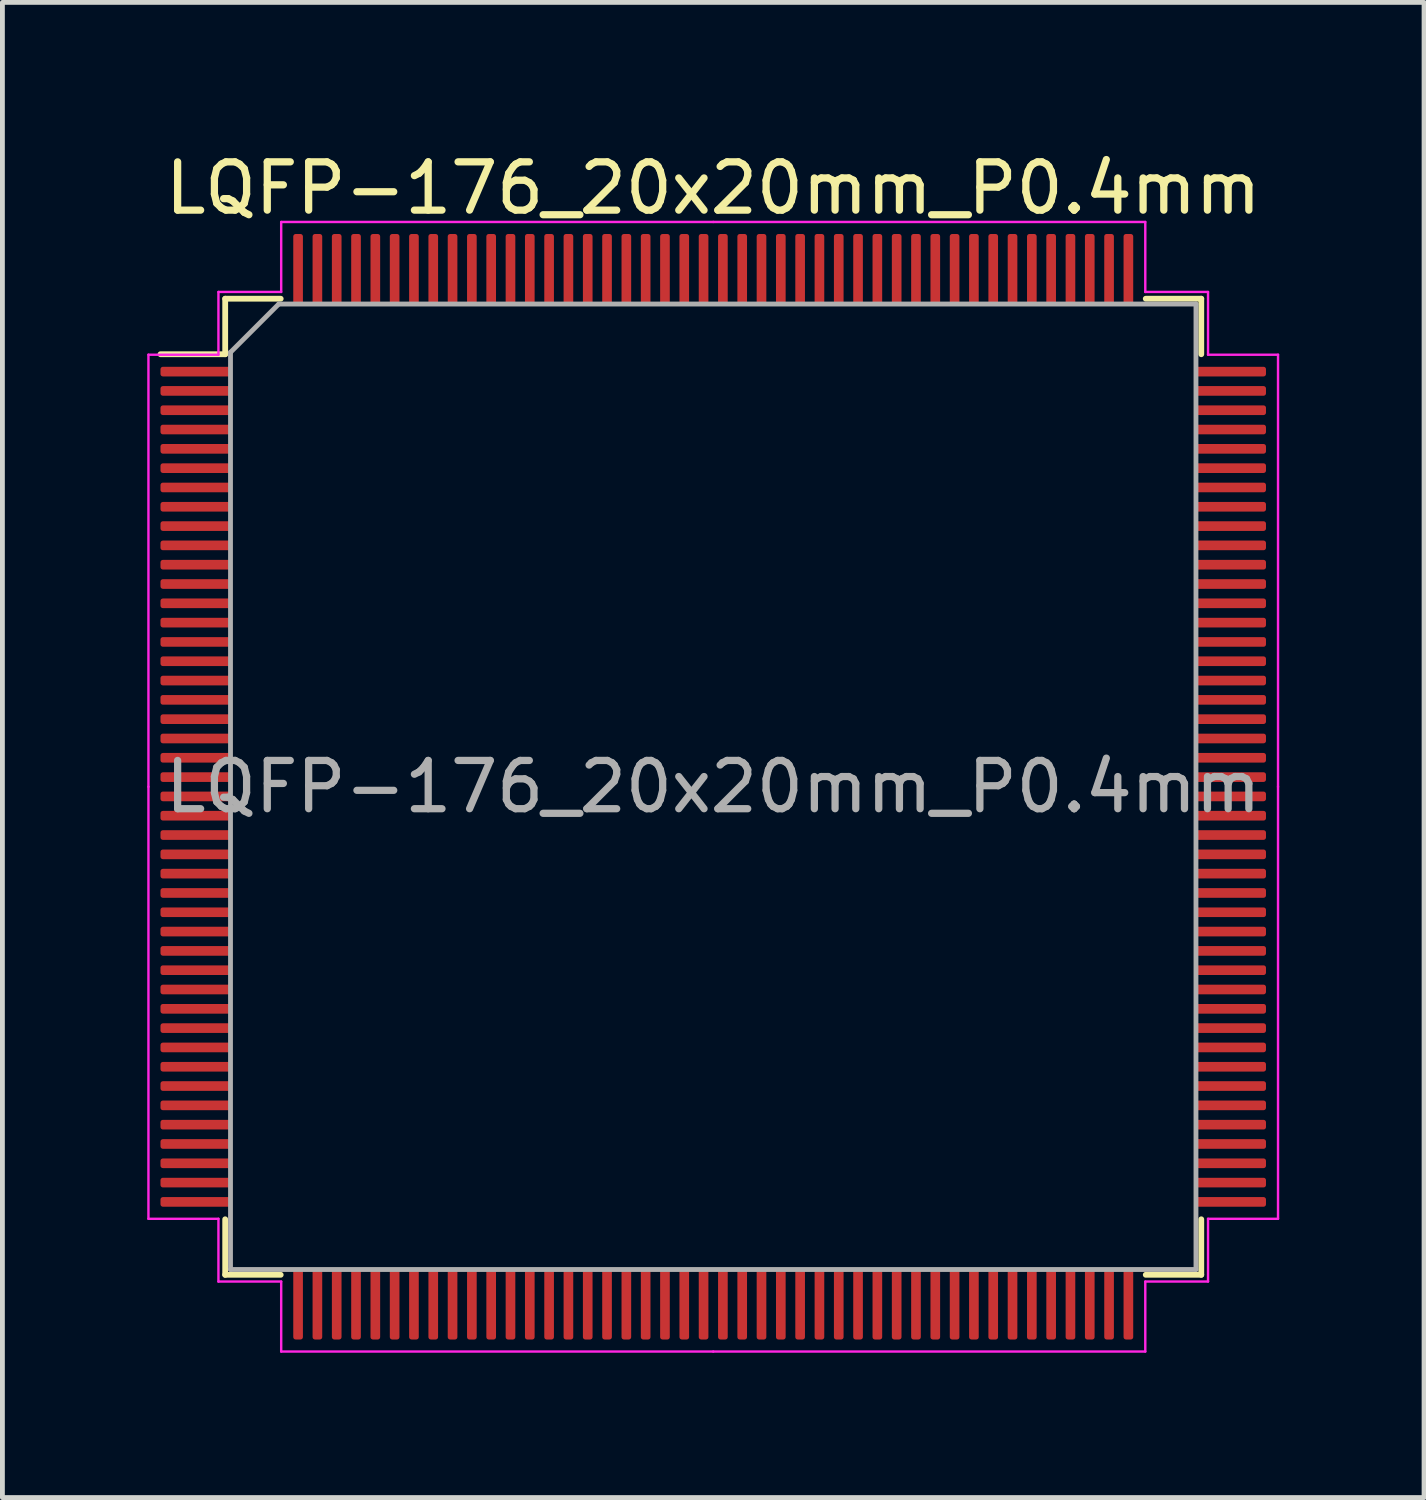
<source format=kicad_pcb>
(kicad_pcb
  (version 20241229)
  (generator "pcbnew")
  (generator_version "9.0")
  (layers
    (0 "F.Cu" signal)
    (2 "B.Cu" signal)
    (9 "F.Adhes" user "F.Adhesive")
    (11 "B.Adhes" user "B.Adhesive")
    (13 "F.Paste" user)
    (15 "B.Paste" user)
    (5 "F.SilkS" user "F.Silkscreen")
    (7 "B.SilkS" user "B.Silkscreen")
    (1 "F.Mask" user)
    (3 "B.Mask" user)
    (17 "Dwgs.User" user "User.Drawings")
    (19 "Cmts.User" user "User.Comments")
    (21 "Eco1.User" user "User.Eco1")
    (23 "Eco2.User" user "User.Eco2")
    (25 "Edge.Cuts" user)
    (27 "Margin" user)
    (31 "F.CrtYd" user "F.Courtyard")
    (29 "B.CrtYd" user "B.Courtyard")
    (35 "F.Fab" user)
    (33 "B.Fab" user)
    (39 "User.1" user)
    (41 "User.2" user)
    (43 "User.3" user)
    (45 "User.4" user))
  (footprint "LQFP-176_20x20mm_P0.4mm"
    (layer "F.Cu")
    (at 11.725 13.248)
    (property "Reference" "LQFP-176_20x20mm_P0.4mm" (at 0 -12.4 0) (layer "F.SilkS") (effects (font (size 1 1) (thickness 0.15))))
    (attr smd)
    (fp_line (start -10.11 -10.11) (end -10.11 -8.96) (stroke (width 0.12) (type solid)) (layer "F.SilkS"))
    (fp_line (start -10.11 -8.96) (end -11.45 -8.96) (stroke (width 0.12) (type solid)) (layer "F.SilkS"))
    (fp_line (start -10.11 10.11) (end -10.11 8.96) (stroke (width 0.12) (type solid)) (layer "F.SilkS"))
    (fp_line (start -8.96 -10.11) (end -10.11 -10.11) (stroke (width 0.12) (type solid)) (layer "F.SilkS"))
    (fp_line (start -8.96 10.11) (end -10.11 10.11) (stroke (width 0.12) (type solid)) (layer "F.SilkS"))
    (fp_line (start 8.96 -10.11) (end 10.11 -10.11) (stroke (width 0.12) (type solid)) (layer "F.SilkS"))
    (fp_line (start 8.96 10.11) (end 10.11 10.11) (stroke (width 0.12) (type solid)) (layer "F.SilkS"))
    (fp_line (start 10.11 -10.11) (end 10.11 -8.96) (stroke (width 0.12) (type solid)) (layer "F.SilkS"))
    (fp_line (start 10.11 10.11) (end 10.11 8.96) (stroke (width 0.12) (type solid)) (layer "F.SilkS"))
    (fp_line (start -11.7 -8.95) (end -11.7 0) (stroke (width 0.05) (type solid)) (layer "F.CrtYd"))
    (fp_line (start -11.7 8.95) (end -11.7 0) (stroke (width 0.05) (type solid)) (layer "F.CrtYd"))
    (fp_line (start -10.25 -10.25) (end -10.25 -8.95) (stroke (width 0.05) (type solid)) (layer "F.CrtYd"))
    (fp_line (start -10.25 -8.95) (end -11.7 -8.95) (stroke (width 0.05) (type solid)) (layer "F.CrtYd"))
    (fp_line (start -10.25 8.95) (end -11.7 8.95) (stroke (width 0.05) (type solid)) (layer "F.CrtYd"))
    (fp_line (start -10.25 10.25) (end -10.25 8.95) (stroke (width 0.05) (type solid)) (layer "F.CrtYd"))
    (fp_line (start -8.95 -11.7) (end -8.95 -10.25) (stroke (width 0.05) (type solid)) (layer "F.CrtYd"))
    (fp_line (start -8.95 -10.25) (end -10.25 -10.25) (stroke (width 0.05) (type solid)) (layer "F.CrtYd"))
    (fp_line (start -8.95 10.25) (end -10.25 10.25) (stroke (width 0.05) (type solid)) (layer "F.CrtYd"))
    (fp_line (start -8.95 11.7) (end -8.95 10.25) (stroke (width 0.05) (type solid)) (layer "F.CrtYd"))
    (fp_line (start 0 -11.7) (end -8.95 -11.7) (stroke (width 0.05) (type solid)) (layer "F.CrtYd"))
    (fp_line (start 0 -11.7) (end 8.95 -11.7) (stroke (width 0.05) (type solid)) (layer "F.CrtYd"))
    (fp_line (start 0 11.7) (end -8.95 11.7) (stroke (width 0.05) (type solid)) (layer "F.CrtYd"))
    (fp_line (start 0 11.7) (end 8.95 11.7) (stroke (width 0.05) (type solid)) (layer "F.CrtYd"))
    (fp_line (start 8.95 -11.7) (end 8.95 -10.25) (stroke (width 0.05) (type solid)) (layer "F.CrtYd"))
    (fp_line (start 8.95 -10.25) (end 10.25 -10.25) (stroke (width 0.05) (type solid)) (layer "F.CrtYd"))
    (fp_line (start 8.95 10.25) (end 10.25 10.25) (stroke (width 0.05) (type solid)) (layer "F.CrtYd"))
    (fp_line (start 8.95 11.7) (end 8.95 10.25) (stroke (width 0.05) (type solid)) (layer "F.CrtYd"))
    (fp_line (start 10.25 -10.25) (end 10.25 -8.95) (stroke (width 0.05) (type solid)) (layer "F.CrtYd"))
    (fp_line (start 10.25 -8.95) (end 11.7 -8.95) (stroke (width 0.05) (type solid)) (layer "F.CrtYd"))
    (fp_line (start 10.25 8.95) (end 11.7 8.95) (stroke (width 0.05) (type solid)) (layer "F.CrtYd"))
    (fp_line (start 10.25 10.25) (end 10.25 8.95) (stroke (width 0.05) (type solid)) (layer "F.CrtYd"))
    (fp_line (start 11.7 -8.95) (end 11.7 0) (stroke (width 0.05) (type solid)) (layer "F.CrtYd"))
    (fp_line (start 11.7 8.95) (end 11.7 0) (stroke (width 0.05) (type solid)) (layer "F.CrtYd"))
    (fp_line (start -10 -9) (end -9 -10) (stroke (width 0.1) (type solid)) (layer "F.Fab"))
    (fp_line (start -10 10) (end -10 -9) (stroke (width 0.1) (type solid)) (layer "F.Fab"))
    (fp_line (start -9 -10) (end 10 -10) (stroke (width 0.1) (type solid)) (layer "F.Fab"))
    (fp_line (start 10 -10) (end 10 10) (stroke (width 0.1) (type solid)) (layer "F.Fab"))
    (fp_line (start 10 10) (end -10 10) (stroke (width 0.1) (type solid)) (layer "F.Fab"))
    (fp_text user "${REFERENCE}" (at 0 0 0) (layer "F.Fab") (effects (font (size 1 1) (thickness 0.15))))
    (pad "1" smd roundrect (at -10.713 -8.6) (size 1.475 0.2) (layers "F.Cu" "F.Mask" "F.Paste") (roundrect_rratio 0.25))
    (pad "2" smd roundrect (at -10.713 -8.2) (size 1.475 0.2) (layers "F.Cu" "F.Mask" "F.Paste") (roundrect_rratio 0.25))
    (pad "3" smd roundrect (at -10.713 -7.8) (size 1.475 0.2) (layers "F.Cu" "F.Mask" "F.Paste") (roundrect_rratio 0.25))
    (pad "4" smd roundrect (at -10.713 -7.4) (size 1.475 0.2) (layers "F.Cu" "F.Mask" "F.Paste") (roundrect_rratio 0.25))
    (pad "5" smd roundrect (at -10.713 -7) (size 1.475 0.2) (layers "F.Cu" "F.Mask" "F.Paste") (roundrect_rratio 0.25))
    (pad "6" smd roundrect (at -10.713 -6.6) (size 1.475 0.2) (layers "F.Cu" "F.Mask" "F.Paste") (roundrect_rratio 0.25))
    (pad "7" smd roundrect (at -10.713 -6.2) (size 1.475 0.2) (layers "F.Cu" "F.Mask" "F.Paste") (roundrect_rratio 0.25))
    (pad "8" smd roundrect (at -10.713 -5.8) (size 1.475 0.2) (layers "F.Cu" "F.Mask" "F.Paste") (roundrect_rratio 0.25))
    (pad "9" smd roundrect (at -10.713 -5.4) (size 1.475 0.2) (layers "F.Cu" "F.Mask" "F.Paste") (roundrect_rratio 0.25))
    (pad "10" smd roundrect (at -10.713 -5) (size 1.475 0.2) (layers "F.Cu" "F.Mask" "F.Paste") (roundrect_rratio 0.25))
    (pad "11" smd roundrect (at -10.713 -4.6) (size 1.475 0.2) (layers "F.Cu" "F.Mask" "F.Paste") (roundrect_rratio 0.25))
    (pad "12" smd roundrect (at -10.713 -4.2) (size 1.475 0.2) (layers "F.Cu" "F.Mask" "F.Paste") (roundrect_rratio 0.25))
    (pad "13" smd roundrect (at -10.713 -3.8) (size 1.475 0.2) (layers "F.Cu" "F.Mask" "F.Paste") (roundrect_rratio 0.25))
    (pad "14" smd roundrect (at -10.713 -3.4) (size 1.475 0.2) (layers "F.Cu" "F.Mask" "F.Paste") (roundrect_rratio 0.25))
    (pad "15" smd roundrect (at -10.713 -3) (size 1.475 0.2) (layers "F.Cu" "F.Mask" "F.Paste") (roundrect_rratio 0.25))
    (pad "16" smd roundrect (at -10.713 -2.6) (size 1.475 0.2) (layers "F.Cu" "F.Mask" "F.Paste") (roundrect_rratio 0.25))
    (pad "17" smd roundrect (at -10.713 -2.2) (size 1.475 0.2) (layers "F.Cu" "F.Mask" "F.Paste") (roundrect_rratio 0.25))
    (pad "18" smd roundrect (at -10.713 -1.8) (size 1.475 0.2) (layers "F.Cu" "F.Mask" "F.Paste") (roundrect_rratio 0.25))
    (pad "19" smd roundrect (at -10.713 -1.4) (size 1.475 0.2) (layers "F.Cu" "F.Mask" "F.Paste") (roundrect_rratio 0.25))
    (pad "20" smd roundrect (at -10.713 -1) (size 1.475 0.2) (layers "F.Cu" "F.Mask" "F.Paste") (roundrect_rratio 0.25))
    (pad "21" smd roundrect (at -10.713 -0.6) (size 1.475 0.2) (layers "F.Cu" "F.Mask" "F.Paste") (roundrect_rratio 0.25))
    (pad "22" smd roundrect (at -10.713 -0.2) (size 1.475 0.2) (layers "F.Cu" "F.Mask" "F.Paste") (roundrect_rratio 0.25))
    (pad "23" smd roundrect (at -10.713 0.2) (size 1.475 0.2) (layers "F.Cu" "F.Mask" "F.Paste") (roundrect_rratio 0.25))
    (pad "24" smd roundrect (at -10.713 0.6) (size 1.475 0.2) (layers "F.Cu" "F.Mask" "F.Paste") (roundrect_rratio 0.25))
    (pad "25" smd roundrect (at -10.713 1) (size 1.475 0.2) (layers "F.Cu" "F.Mask" "F.Paste") (roundrect_rratio 0.25))
    (pad "26" smd roundrect (at -10.713 1.4) (size 1.475 0.2) (layers "F.Cu" "F.Mask" "F.Paste") (roundrect_rratio 0.25))
    (pad "27" smd roundrect (at -10.713 1.8) (size 1.475 0.2) (layers "F.Cu" "F.Mask" "F.Paste") (roundrect_rratio 0.25))
    (pad "28" smd roundrect (at -10.713 2.2) (size 1.475 0.2) (layers "F.Cu" "F.Mask" "F.Paste") (roundrect_rratio 0.25))
    (pad "29" smd roundrect (at -10.713 2.6) (size 1.475 0.2) (layers "F.Cu" "F.Mask" "F.Paste") (roundrect_rratio 0.25))
    (pad "30" smd roundrect (at -10.713 3) (size 1.475 0.2) (layers "F.Cu" "F.Mask" "F.Paste") (roundrect_rratio 0.25))
    (pad "31" smd roundrect (at -10.713 3.4) (size 1.475 0.2) (layers "F.Cu" "F.Mask" "F.Paste") (roundrect_rratio 0.25))
    (pad "32" smd roundrect (at -10.713 3.8) (size 1.475 0.2) (layers "F.Cu" "F.Mask" "F.Paste") (roundrect_rratio 0.25))
    (pad "33" smd roundrect (at -10.713 4.2) (size 1.475 0.2) (layers "F.Cu" "F.Mask" "F.Paste") (roundrect_rratio 0.25))
    (pad "34" smd roundrect (at -10.713 4.6) (size 1.475 0.2) (layers "F.Cu" "F.Mask" "F.Paste") (roundrect_rratio 0.25))
    (pad "35" smd roundrect (at -10.713 5) (size 1.475 0.2) (layers "F.Cu" "F.Mask" "F.Paste") (roundrect_rratio 0.25))
    (pad "36" smd roundrect (at -10.713 5.4) (size 1.475 0.2) (layers "F.Cu" "F.Mask" "F.Paste") (roundrect_rratio 0.25))
    (pad "37" smd roundrect (at -10.713 5.8) (size 1.475 0.2) (layers "F.Cu" "F.Mask" "F.Paste") (roundrect_rratio 0.25))
    (pad "38" smd roundrect (at -10.713 6.2) (size 1.475 0.2) (layers "F.Cu" "F.Mask" "F.Paste") (roundrect_rratio 0.25))
    (pad "39" smd roundrect (at -10.713 6.6) (size 1.475 0.2) (layers "F.Cu" "F.Mask" "F.Paste") (roundrect_rratio 0.25))
    (pad "40" smd roundrect (at -10.713 7) (size 1.475 0.2) (layers "F.Cu" "F.Mask" "F.Paste") (roundrect_rratio 0.25))
    (pad "41" smd roundrect (at -10.713 7.4) (size 1.475 0.2) (layers "F.Cu" "F.Mask" "F.Paste") (roundrect_rratio 0.25))
    (pad "42" smd roundrect (at -10.713 7.8) (size 1.475 0.2) (layers "F.Cu" "F.Mask" "F.Paste") (roundrect_rratio 0.25))
    (pad "43" smd roundrect (at -10.713 8.2) (size 1.475 0.2) (layers "F.Cu" "F.Mask" "F.Paste") (roundrect_rratio 0.25))
    (pad "44" smd roundrect (at -10.713 8.6) (size 1.475 0.2) (layers "F.Cu" "F.Mask" "F.Paste") (roundrect_rratio 0.25))
    (pad "45" smd roundrect (at -8.6 10.713) (size 0.2 1.475) (layers "F.Cu" "F.Mask" "F.Paste") (roundrect_rratio 0.25))
    (pad "46" smd roundrect (at -8.2 10.713) (size 0.2 1.475) (layers "F.Cu" "F.Mask" "F.Paste") (roundrect_rratio 0.25))
    (pad "47" smd roundrect (at -7.8 10.713) (size 0.2 1.475) (layers "F.Cu" "F.Mask" "F.Paste") (roundrect_rratio 0.25))
    (pad "48" smd roundrect (at -7.4 10.713) (size 0.2 1.475) (layers "F.Cu" "F.Mask" "F.Paste") (roundrect_rratio 0.25))
    (pad "49" smd roundrect (at -7 10.713) (size 0.2 1.475) (layers "F.Cu" "F.Mask" "F.Paste") (roundrect_rratio 0.25))
    (pad "50" smd roundrect (at -6.6 10.713) (size 0.2 1.475) (layers "F.Cu" "F.Mask" "F.Paste") (roundrect_rratio 0.25))
    (pad "51" smd roundrect (at -6.2 10.713) (size 0.2 1.475) (layers "F.Cu" "F.Mask" "F.Paste") (roundrect_rratio 0.25))
    (pad "52" smd roundrect (at -5.8 10.713) (size 0.2 1.475) (layers "F.Cu" "F.Mask" "F.Paste") (roundrect_rratio 0.25))
    (pad "53" smd roundrect (at -5.4 10.713) (size 0.2 1.475) (layers "F.Cu" "F.Mask" "F.Paste") (roundrect_rratio 0.25))
    (pad "54" smd roundrect (at -5 10.713) (size 0.2 1.475) (layers "F.Cu" "F.Mask" "F.Paste") (roundrect_rratio 0.25))
    (pad "55" smd roundrect (at -4.6 10.713) (size 0.2 1.475) (layers "F.Cu" "F.Mask" "F.Paste") (roundrect_rratio 0.25))
    (pad "56" smd roundrect (at -4.2 10.713) (size 0.2 1.475) (layers "F.Cu" "F.Mask" "F.Paste") (roundrect_rratio 0.25))
    (pad "57" smd roundrect (at -3.8 10.713) (size 0.2 1.475) (layers "F.Cu" "F.Mask" "F.Paste") (roundrect_rratio 0.25))
    (pad "58" smd roundrect (at -3.4 10.713) (size 0.2 1.475) (layers "F.Cu" "F.Mask" "F.Paste") (roundrect_rratio 0.25))
    (pad "59" smd roundrect (at -3 10.713) (size 0.2 1.475) (layers "F.Cu" "F.Mask" "F.Paste") (roundrect_rratio 0.25))
    (pad "60" smd roundrect (at -2.6 10.713) (size 0.2 1.475) (layers "F.Cu" "F.Mask" "F.Paste") (roundrect_rratio 0.25))
    (pad "61" smd roundrect (at -2.2 10.713) (size 0.2 1.475) (layers "F.Cu" "F.Mask" "F.Paste") (roundrect_rratio 0.25))
    (pad "62" smd roundrect (at -1.8 10.713) (size 0.2 1.475) (layers "F.Cu" "F.Mask" "F.Paste") (roundrect_rratio 0.25))
    (pad "63" smd roundrect (at -1.4 10.713) (size 0.2 1.475) (layers "F.Cu" "F.Mask" "F.Paste") (roundrect_rratio 0.25))
    (pad "64" smd roundrect (at -1 10.713) (size 0.2 1.475) (layers "F.Cu" "F.Mask" "F.Paste") (roundrect_rratio 0.25))
    (pad "65" smd roundrect (at -0.6 10.713) (size 0.2 1.475) (layers "F.Cu" "F.Mask" "F.Paste") (roundrect_rratio 0.25))
    (pad "66" smd roundrect (at -0.2 10.713) (size 0.2 1.475) (layers "F.Cu" "F.Mask" "F.Paste") (roundrect_rratio 0.25))
    (pad "67" smd roundrect (at 0.2 10.713) (size 0.2 1.475) (layers "F.Cu" "F.Mask" "F.Paste") (roundrect_rratio 0.25))
    (pad "68" smd roundrect (at 0.6 10.713) (size 0.2 1.475) (layers "F.Cu" "F.Mask" "F.Paste") (roundrect_rratio 0.25))
    (pad "69" smd roundrect (at 1 10.713) (size 0.2 1.475) (layers "F.Cu" "F.Mask" "F.Paste") (roundrect_rratio 0.25))
    (pad "70" smd roundrect (at 1.4 10.713) (size 0.2 1.475) (layers "F.Cu" "F.Mask" "F.Paste") (roundrect_rratio 0.25))
    (pad "71" smd roundrect (at 1.8 10.713) (size 0.2 1.475) (layers "F.Cu" "F.Mask" "F.Paste") (roundrect_rratio 0.25))
    (pad "72" smd roundrect (at 2.2 10.713) (size 0.2 1.475) (layers "F.Cu" "F.Mask" "F.Paste") (roundrect_rratio 0.25))
    (pad "73" smd roundrect (at 2.6 10.713) (size 0.2 1.475) (layers "F.Cu" "F.Mask" "F.Paste") (roundrect_rratio 0.25))
    (pad "74" smd roundrect (at 3 10.713) (size 0.2 1.475) (layers "F.Cu" "F.Mask" "F.Paste") (roundrect_rratio 0.25))
    (pad "75" smd roundrect (at 3.4 10.713) (size 0.2 1.475) (layers "F.Cu" "F.Mask" "F.Paste") (roundrect_rratio 0.25))
    (pad "76" smd roundrect (at 3.8 10.713) (size 0.2 1.475) (layers "F.Cu" "F.Mask" "F.Paste") (roundrect_rratio 0.25))
    (pad "77" smd roundrect (at 4.2 10.713) (size 0.2 1.475) (layers "F.Cu" "F.Mask" "F.Paste") (roundrect_rratio 0.25))
    (pad "78" smd roundrect (at 4.6 10.713) (size 0.2 1.475) (layers "F.Cu" "F.Mask" "F.Paste") (roundrect_rratio 0.25))
    (pad "79" smd roundrect (at 5 10.713) (size 0.2 1.475) (layers "F.Cu" "F.Mask" "F.Paste") (roundrect_rratio 0.25))
    (pad "80" smd roundrect (at 5.4 10.713) (size 0.2 1.475) (layers "F.Cu" "F.Mask" "F.Paste") (roundrect_rratio 0.25))
    (pad "81" smd roundrect (at 5.8 10.713) (size 0.2 1.475) (layers "F.Cu" "F.Mask" "F.Paste") (roundrect_rratio 0.25))
    (pad "82" smd roundrect (at 6.2 10.713) (size 0.2 1.475) (layers "F.Cu" "F.Mask" "F.Paste") (roundrect_rratio 0.25))
    (pad "83" smd roundrect (at 6.6 10.713) (size 0.2 1.475) (layers "F.Cu" "F.Mask" "F.Paste") (roundrect_rratio 0.25))
    (pad "84" smd roundrect (at 7 10.713) (size 0.2 1.475) (layers "F.Cu" "F.Mask" "F.Paste") (roundrect_rratio 0.25))
    (pad "85" smd roundrect (at 7.4 10.713) (size 0.2 1.475) (layers "F.Cu" "F.Mask" "F.Paste") (roundrect_rratio 0.25))
    (pad "86" smd roundrect (at 7.8 10.713) (size 0.2 1.475) (layers "F.Cu" "F.Mask" "F.Paste") (roundrect_rratio 0.25))
    (pad "87" smd roundrect (at 8.2 10.713) (size 0.2 1.475) (layers "F.Cu" "F.Mask" "F.Paste") (roundrect_rratio 0.25))
    (pad "88" smd roundrect (at 8.6 10.713) (size 0.2 1.475) (layers "F.Cu" "F.Mask" "F.Paste") (roundrect_rratio 0.25))
    (pad "89" smd roundrect (at 10.713 8.6) (size 1.475 0.2) (layers "F.Cu" "F.Mask" "F.Paste") (roundrect_rratio 0.25))
    (pad "90" smd roundrect (at 10.713 8.2) (size 1.475 0.2) (layers "F.Cu" "F.Mask" "F.Paste") (roundrect_rratio 0.25))
    (pad "91" smd roundrect (at 10.713 7.8) (size 1.475 0.2) (layers "F.Cu" "F.Mask" "F.Paste") (roundrect_rratio 0.25))
    (pad "92" smd roundrect (at 10.713 7.4) (size 1.475 0.2) (layers "F.Cu" "F.Mask" "F.Paste") (roundrect_rratio 0.25))
    (pad "93" smd roundrect (at 10.713 7) (size 1.475 0.2) (layers "F.Cu" "F.Mask" "F.Paste") (roundrect_rratio 0.25))
    (pad "94" smd roundrect (at 10.713 6.6) (size 1.475 0.2) (layers "F.Cu" "F.Mask" "F.Paste") (roundrect_rratio 0.25))
    (pad "95" smd roundrect (at 10.713 6.2) (size 1.475 0.2) (layers "F.Cu" "F.Mask" "F.Paste") (roundrect_rratio 0.25))
    (pad "96" smd roundrect (at 10.713 5.8) (size 1.475 0.2) (layers "F.Cu" "F.Mask" "F.Paste") (roundrect_rratio 0.25))
    (pad "97" smd roundrect (at 10.713 5.4) (size 1.475 0.2) (layers "F.Cu" "F.Mask" "F.Paste") (roundrect_rratio 0.25))
    (pad "98" smd roundrect (at 10.713 5) (size 1.475 0.2) (layers "F.Cu" "F.Mask" "F.Paste") (roundrect_rratio 0.25))
    (pad "99" smd roundrect (at 10.713 4.6) (size 1.475 0.2) (layers "F.Cu" "F.Mask" "F.Paste") (roundrect_rratio 0.25))
    (pad "100" smd roundrect (at 10.713 4.2) (size 1.475 0.2) (layers "F.Cu" "F.Mask" "F.Paste") (roundrect_rratio 0.25))
    (pad "101" smd roundrect (at 10.713 3.8) (size 1.475 0.2) (layers "F.Cu" "F.Mask" "F.Paste") (roundrect_rratio 0.25))
    (pad "102" smd roundrect (at 10.713 3.4) (size 1.475 0.2) (layers "F.Cu" "F.Mask" "F.Paste") (roundrect_rratio 0.25))
    (pad "103" smd roundrect (at 10.713 3) (size 1.475 0.2) (layers "F.Cu" "F.Mask" "F.Paste") (roundrect_rratio 0.25))
    (pad "104" smd roundrect (at 10.713 2.6) (size 1.475 0.2) (layers "F.Cu" "F.Mask" "F.Paste") (roundrect_rratio 0.25))
    (pad "105" smd roundrect (at 10.713 2.2) (size 1.475 0.2) (layers "F.Cu" "F.Mask" "F.Paste") (roundrect_rratio 0.25))
    (pad "106" smd roundrect (at 10.713 1.8) (size 1.475 0.2) (layers "F.Cu" "F.Mask" "F.Paste") (roundrect_rratio 0.25))
    (pad "107" smd roundrect (at 10.713 1.4) (size 1.475 0.2) (layers "F.Cu" "F.Mask" "F.Paste") (roundrect_rratio 0.25))
    (pad "108" smd roundrect (at 10.713 1) (size 1.475 0.2) (layers "F.Cu" "F.Mask" "F.Paste") (roundrect_rratio 0.25))
    (pad "109" smd roundrect (at 10.713 0.6) (size 1.475 0.2) (layers "F.Cu" "F.Mask" "F.Paste") (roundrect_rratio 0.25))
    (pad "110" smd roundrect (at 10.713 0.2) (size 1.475 0.2) (layers "F.Cu" "F.Mask" "F.Paste") (roundrect_rratio 0.25))
    (pad "111" smd roundrect (at 10.713 -0.2) (size 1.475 0.2) (layers "F.Cu" "F.Mask" "F.Paste") (roundrect_rratio 0.25))
    (pad "112" smd roundrect (at 10.713 -0.6) (size 1.475 0.2) (layers "F.Cu" "F.Mask" "F.Paste") (roundrect_rratio 0.25))
    (pad "113" smd roundrect (at 10.713 -1) (size 1.475 0.2) (layers "F.Cu" "F.Mask" "F.Paste") (roundrect_rratio 0.25))
    (pad "114" smd roundrect (at 10.713 -1.4) (size 1.475 0.2) (layers "F.Cu" "F.Mask" "F.Paste") (roundrect_rratio 0.25))
    (pad "115" smd roundrect (at 10.713 -1.8) (size 1.475 0.2) (layers "F.Cu" "F.Mask" "F.Paste") (roundrect_rratio 0.25))
    (pad "116" smd roundrect (at 10.713 -2.2) (size 1.475 0.2) (layers "F.Cu" "F.Mask" "F.Paste") (roundrect_rratio 0.25))
    (pad "117" smd roundrect (at 10.713 -2.6) (size 1.475 0.2) (layers "F.Cu" "F.Mask" "F.Paste") (roundrect_rratio 0.25))
    (pad "118" smd roundrect (at 10.713 -3) (size 1.475 0.2) (layers "F.Cu" "F.Mask" "F.Paste") (roundrect_rratio 0.25))
    (pad "119" smd roundrect (at 10.713 -3.4) (size 1.475 0.2) (layers "F.Cu" "F.Mask" "F.Paste") (roundrect_rratio 0.25))
    (pad "120" smd roundrect (at 10.713 -3.8) (size 1.475 0.2) (layers "F.Cu" "F.Mask" "F.Paste") (roundrect_rratio 0.25))
    (pad "121" smd roundrect (at 10.713 -4.2) (size 1.475 0.2) (layers "F.Cu" "F.Mask" "F.Paste") (roundrect_rratio 0.25))
    (pad "122" smd roundrect (at 10.713 -4.6) (size 1.475 0.2) (layers "F.Cu" "F.Mask" "F.Paste") (roundrect_rratio 0.25))
    (pad "123" smd roundrect (at 10.713 -5) (size 1.475 0.2) (layers "F.Cu" "F.Mask" "F.Paste") (roundrect_rratio 0.25))
    (pad "124" smd roundrect (at 10.713 -5.4) (size 1.475 0.2) (layers "F.Cu" "F.Mask" "F.Paste") (roundrect_rratio 0.25))
    (pad "125" smd roundrect (at 10.713 -5.8) (size 1.475 0.2) (layers "F.Cu" "F.Mask" "F.Paste") (roundrect_rratio 0.25))
    (pad "126" smd roundrect (at 10.713 -6.2) (size 1.475 0.2) (layers "F.Cu" "F.Mask" "F.Paste") (roundrect_rratio 0.25))
    (pad "127" smd roundrect (at 10.713 -6.6) (size 1.475 0.2) (layers "F.Cu" "F.Mask" "F.Paste") (roundrect_rratio 0.25))
    (pad "128" smd roundrect (at 10.713 -7) (size 1.475 0.2) (layers "F.Cu" "F.Mask" "F.Paste") (roundrect_rratio 0.25))
    (pad "129" smd roundrect (at 10.713 -7.4) (size 1.475 0.2) (layers "F.Cu" "F.Mask" "F.Paste") (roundrect_rratio 0.25))
    (pad "130" smd roundrect (at 10.713 -7.8) (size 1.475 0.2) (layers "F.Cu" "F.Mask" "F.Paste") (roundrect_rratio 0.25))
    (pad "131" smd roundrect (at 10.713 -8.2) (size 1.475 0.2) (layers "F.Cu" "F.Mask" "F.Paste") (roundrect_rratio 0.25))
    (pad "132" smd roundrect (at 10.713 -8.6) (size 1.475 0.2) (layers "F.Cu" "F.Mask" "F.Paste") (roundrect_rratio 0.25))
    (pad "133" smd roundrect (at 8.6 -10.713) (size 0.2 1.475) (layers "F.Cu" "F.Mask" "F.Paste") (roundrect_rratio 0.25))
    (pad "134" smd roundrect (at 8.2 -10.713) (size 0.2 1.475) (layers "F.Cu" "F.Mask" "F.Paste") (roundrect_rratio 0.25))
    (pad "135" smd roundrect (at 7.8 -10.713) (size 0.2 1.475) (layers "F.Cu" "F.Mask" "F.Paste") (roundrect_rratio 0.25))
    (pad "136" smd roundrect (at 7.4 -10.713) (size 0.2 1.475) (layers "F.Cu" "F.Mask" "F.Paste") (roundrect_rratio 0.25))
    (pad "137" smd roundrect (at 7 -10.713) (size 0.2 1.475) (layers "F.Cu" "F.Mask" "F.Paste") (roundrect_rratio 0.25))
    (pad "138" smd roundrect (at 6.6 -10.713) (size 0.2 1.475) (layers "F.Cu" "F.Mask" "F.Paste") (roundrect_rratio 0.25))
    (pad "139" smd roundrect (at 6.2 -10.713) (size 0.2 1.475) (layers "F.Cu" "F.Mask" "F.Paste") (roundrect_rratio 0.25))
    (pad "140" smd roundrect (at 5.8 -10.713) (size 0.2 1.475) (layers "F.Cu" "F.Mask" "F.Paste") (roundrect_rratio 0.25))
    (pad "141" smd roundrect (at 5.4 -10.713) (size 0.2 1.475) (layers "F.Cu" "F.Mask" "F.Paste") (roundrect_rratio 0.25))
    (pad "142" smd roundrect (at 5 -10.713) (size 0.2 1.475) (layers "F.Cu" "F.Mask" "F.Paste") (roundrect_rratio 0.25))
    (pad "143" smd roundrect (at 4.6 -10.713) (size 0.2 1.475) (layers "F.Cu" "F.Mask" "F.Paste") (roundrect_rratio 0.25))
    (pad "144" smd roundrect (at 4.2 -10.713) (size 0.2 1.475) (layers "F.Cu" "F.Mask" "F.Paste") (roundrect_rratio 0.25))
    (pad "145" smd roundrect (at 3.8 -10.713) (size 0.2 1.475) (layers "F.Cu" "F.Mask" "F.Paste") (roundrect_rratio 0.25))
    (pad "146" smd roundrect (at 3.4 -10.713) (size 0.2 1.475) (layers "F.Cu" "F.Mask" "F.Paste") (roundrect_rratio 0.25))
    (pad "147" smd roundrect (at 3 -10.713) (size 0.2 1.475) (layers "F.Cu" "F.Mask" "F.Paste") (roundrect_rratio 0.25))
    (pad "148" smd roundrect (at 2.6 -10.713) (size 0.2 1.475) (layers "F.Cu" "F.Mask" "F.Paste") (roundrect_rratio 0.25))
    (pad "149" smd roundrect (at 2.2 -10.713) (size 0.2 1.475) (layers "F.Cu" "F.Mask" "F.Paste") (roundrect_rratio 0.25))
    (pad "150" smd roundrect (at 1.8 -10.713) (size 0.2 1.475) (layers "F.Cu" "F.Mask" "F.Paste") (roundrect_rratio 0.25))
    (pad "151" smd roundrect (at 1.4 -10.713) (size 0.2 1.475) (layers "F.Cu" "F.Mask" "F.Paste") (roundrect_rratio 0.25))
    (pad "152" smd roundrect (at 1 -10.713) (size 0.2 1.475) (layers "F.Cu" "F.Mask" "F.Paste") (roundrect_rratio 0.25))
    (pad "153" smd roundrect (at 0.6 -10.713) (size 0.2 1.475) (layers "F.Cu" "F.Mask" "F.Paste") (roundrect_rratio 0.25))
    (pad "154" smd roundrect (at 0.2 -10.713) (size 0.2 1.475) (layers "F.Cu" "F.Mask" "F.Paste") (roundrect_rratio 0.25))
    (pad "155" smd roundrect (at -0.2 -10.713) (size 0.2 1.475) (layers "F.Cu" "F.Mask" "F.Paste") (roundrect_rratio 0.25))
    (pad "156" smd roundrect (at -0.6 -10.713) (size 0.2 1.475) (layers "F.Cu" "F.Mask" "F.Paste") (roundrect_rratio 0.25))
    (pad "157" smd roundrect (at -1 -10.713) (size 0.2 1.475) (layers "F.Cu" "F.Mask" "F.Paste") (roundrect_rratio 0.25))
    (pad "158" smd roundrect (at -1.4 -10.713) (size 0.2 1.475) (layers "F.Cu" "F.Mask" "F.Paste") (roundrect_rratio 0.25))
    (pad "159" smd roundrect (at -1.8 -10.713) (size 0.2 1.475) (layers "F.Cu" "F.Mask" "F.Paste") (roundrect_rratio 0.25))
    (pad "160" smd roundrect (at -2.2 -10.713) (size 0.2 1.475) (layers "F.Cu" "F.Mask" "F.Paste") (roundrect_rratio 0.25))
    (pad "161" smd roundrect (at -2.6 -10.713) (size 0.2 1.475) (layers "F.Cu" "F.Mask" "F.Paste") (roundrect_rratio 0.25))
    (pad "162" smd roundrect (at -3 -10.713) (size 0.2 1.475) (layers "F.Cu" "F.Mask" "F.Paste") (roundrect_rratio 0.25))
    (pad "163" smd roundrect (at -3.4 -10.713) (size 0.2 1.475) (layers "F.Cu" "F.Mask" "F.Paste") (roundrect_rratio 0.25))
    (pad "164" smd roundrect (at -3.8 -10.713) (size 0.2 1.475) (layers "F.Cu" "F.Mask" "F.Paste") (roundrect_rratio 0.25))
    (pad "165" smd roundrect (at -4.2 -10.713) (size 0.2 1.475) (layers "F.Cu" "F.Mask" "F.Paste") (roundrect_rratio 0.25))
    (pad "166" smd roundrect (at -4.6 -10.713) (size 0.2 1.475) (layers "F.Cu" "F.Mask" "F.Paste") (roundrect_rratio 0.25))
    (pad "167" smd roundrect (at -5 -10.713) (size 0.2 1.475) (layers "F.Cu" "F.Mask" "F.Paste") (roundrect_rratio 0.25))
    (pad "168" smd roundrect (at -5.4 -10.713) (size 0.2 1.475) (layers "F.Cu" "F.Mask" "F.Paste") (roundrect_rratio 0.25))
    (pad "169" smd roundrect (at -5.8 -10.713) (size 0.2 1.475) (layers "F.Cu" "F.Mask" "F.Paste") (roundrect_rratio 0.25))
    (pad "170" smd roundrect (at -6.2 -10.713) (size 0.2 1.475) (layers "F.Cu" "F.Mask" "F.Paste") (roundrect_rratio 0.25))
    (pad "171" smd roundrect (at -6.6 -10.713) (size 0.2 1.475) (layers "F.Cu" "F.Mask" "F.Paste") (roundrect_rratio 0.25))
    (pad "172" smd roundrect (at -7 -10.713) (size 0.2 1.475) (layers "F.Cu" "F.Mask" "F.Paste") (roundrect_rratio 0.25))
    (pad "173" smd roundrect (at -7.4 -10.713) (size 0.2 1.475) (layers "F.Cu" "F.Mask" "F.Paste") (roundrect_rratio 0.25))
    (pad "174" smd roundrect (at -7.8 -10.713) (size 0.2 1.475) (layers "F.Cu" "F.Mask" "F.Paste") (roundrect_rratio 0.25))
    (pad "175" smd roundrect (at -8.2 -10.713) (size 0.2 1.475) (layers "F.Cu" "F.Mask" "F.Paste") (roundrect_rratio 0.25))
    (pad "176" smd roundrect (at -8.6 -10.713) (size 0.2 1.475) (layers "F.Cu" "F.Mask" "F.Paste") (roundrect_rratio 0.25)))
  (gr_rect
    (start -3 -3)
    (end 26.45 27.973)
    (stroke (width 0.1) (type default))
    (fill no)
    (layer "Edge.Cuts")))
</source>
